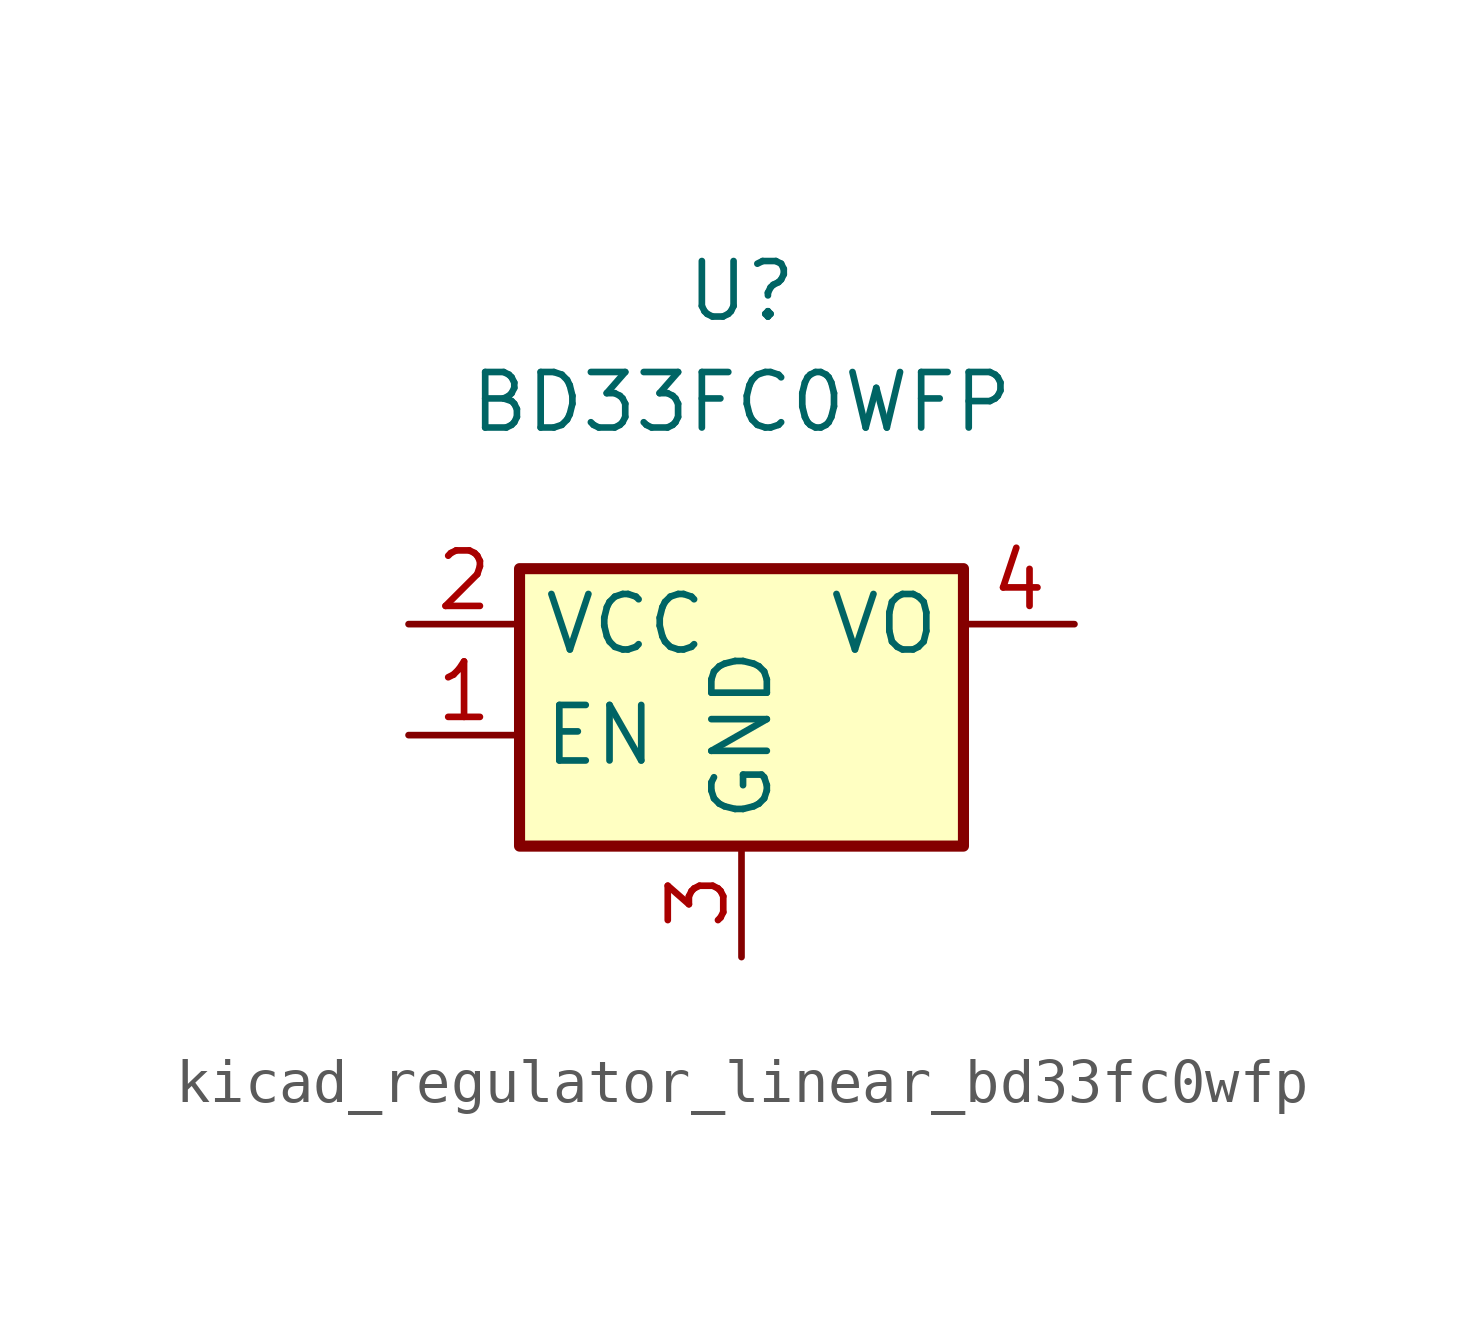
<source format=kicad_sym>
(kicad_symbol_lib
  (version 20220914)
  (generator kicad_symbol_editor)
  (symbol "kicad_regulator_linear_bd33fc0wfp"
    (property "Reference" "U"
      (at 0 7.62 0)
      (effects (font (size 1.27 1.27))))
    (property "Value" "BD33FC0WFP"
      (at 0 5.08 0)
      (effects (font (size 1.27 1.27))))
    (symbol "kicad_regulator_linear_bd33fc0wfp_1_1"
      (rectangle (start -5.08 -5.08) (end 5.08 1.27) (stroke (width 0.254) (type default)) (fill (type background)))
      (pin input line (at -7.62 -2.54 0) (length 2.54) (name "EN" (effects (font (size 1.27 1.27)))) (number "1" (effects (font (size 1.27 1.27)))))
      (pin power_in line (at -7.62 0 0) (length 2.54) (name "VCC" (effects (font (size 1.27 1.27)))) (number "2" (effects (font (size 1.27 1.27)))))
      (pin power_in line (at 0 -7.62 90) (length 2.54) (name "GND" (effects (font (size 1.27 1.27)))) (number "3" (effects (font (size 1.27 1.27)))))
      (pin power_out line (at 7.62 0 180) (length 2.54) (name "VO" (effects (font (size 1.27 1.27)))) (number "4" (effects (font (size 1.27 1.27)))))
      (pin no_connect line (at 5.08 -2.54 180) (length 2.54) hide (name "NC" (effects (font (size 1.27 1.27)))) (number "5" (effects (font (size 1.27 1.27))))))))
</source>
